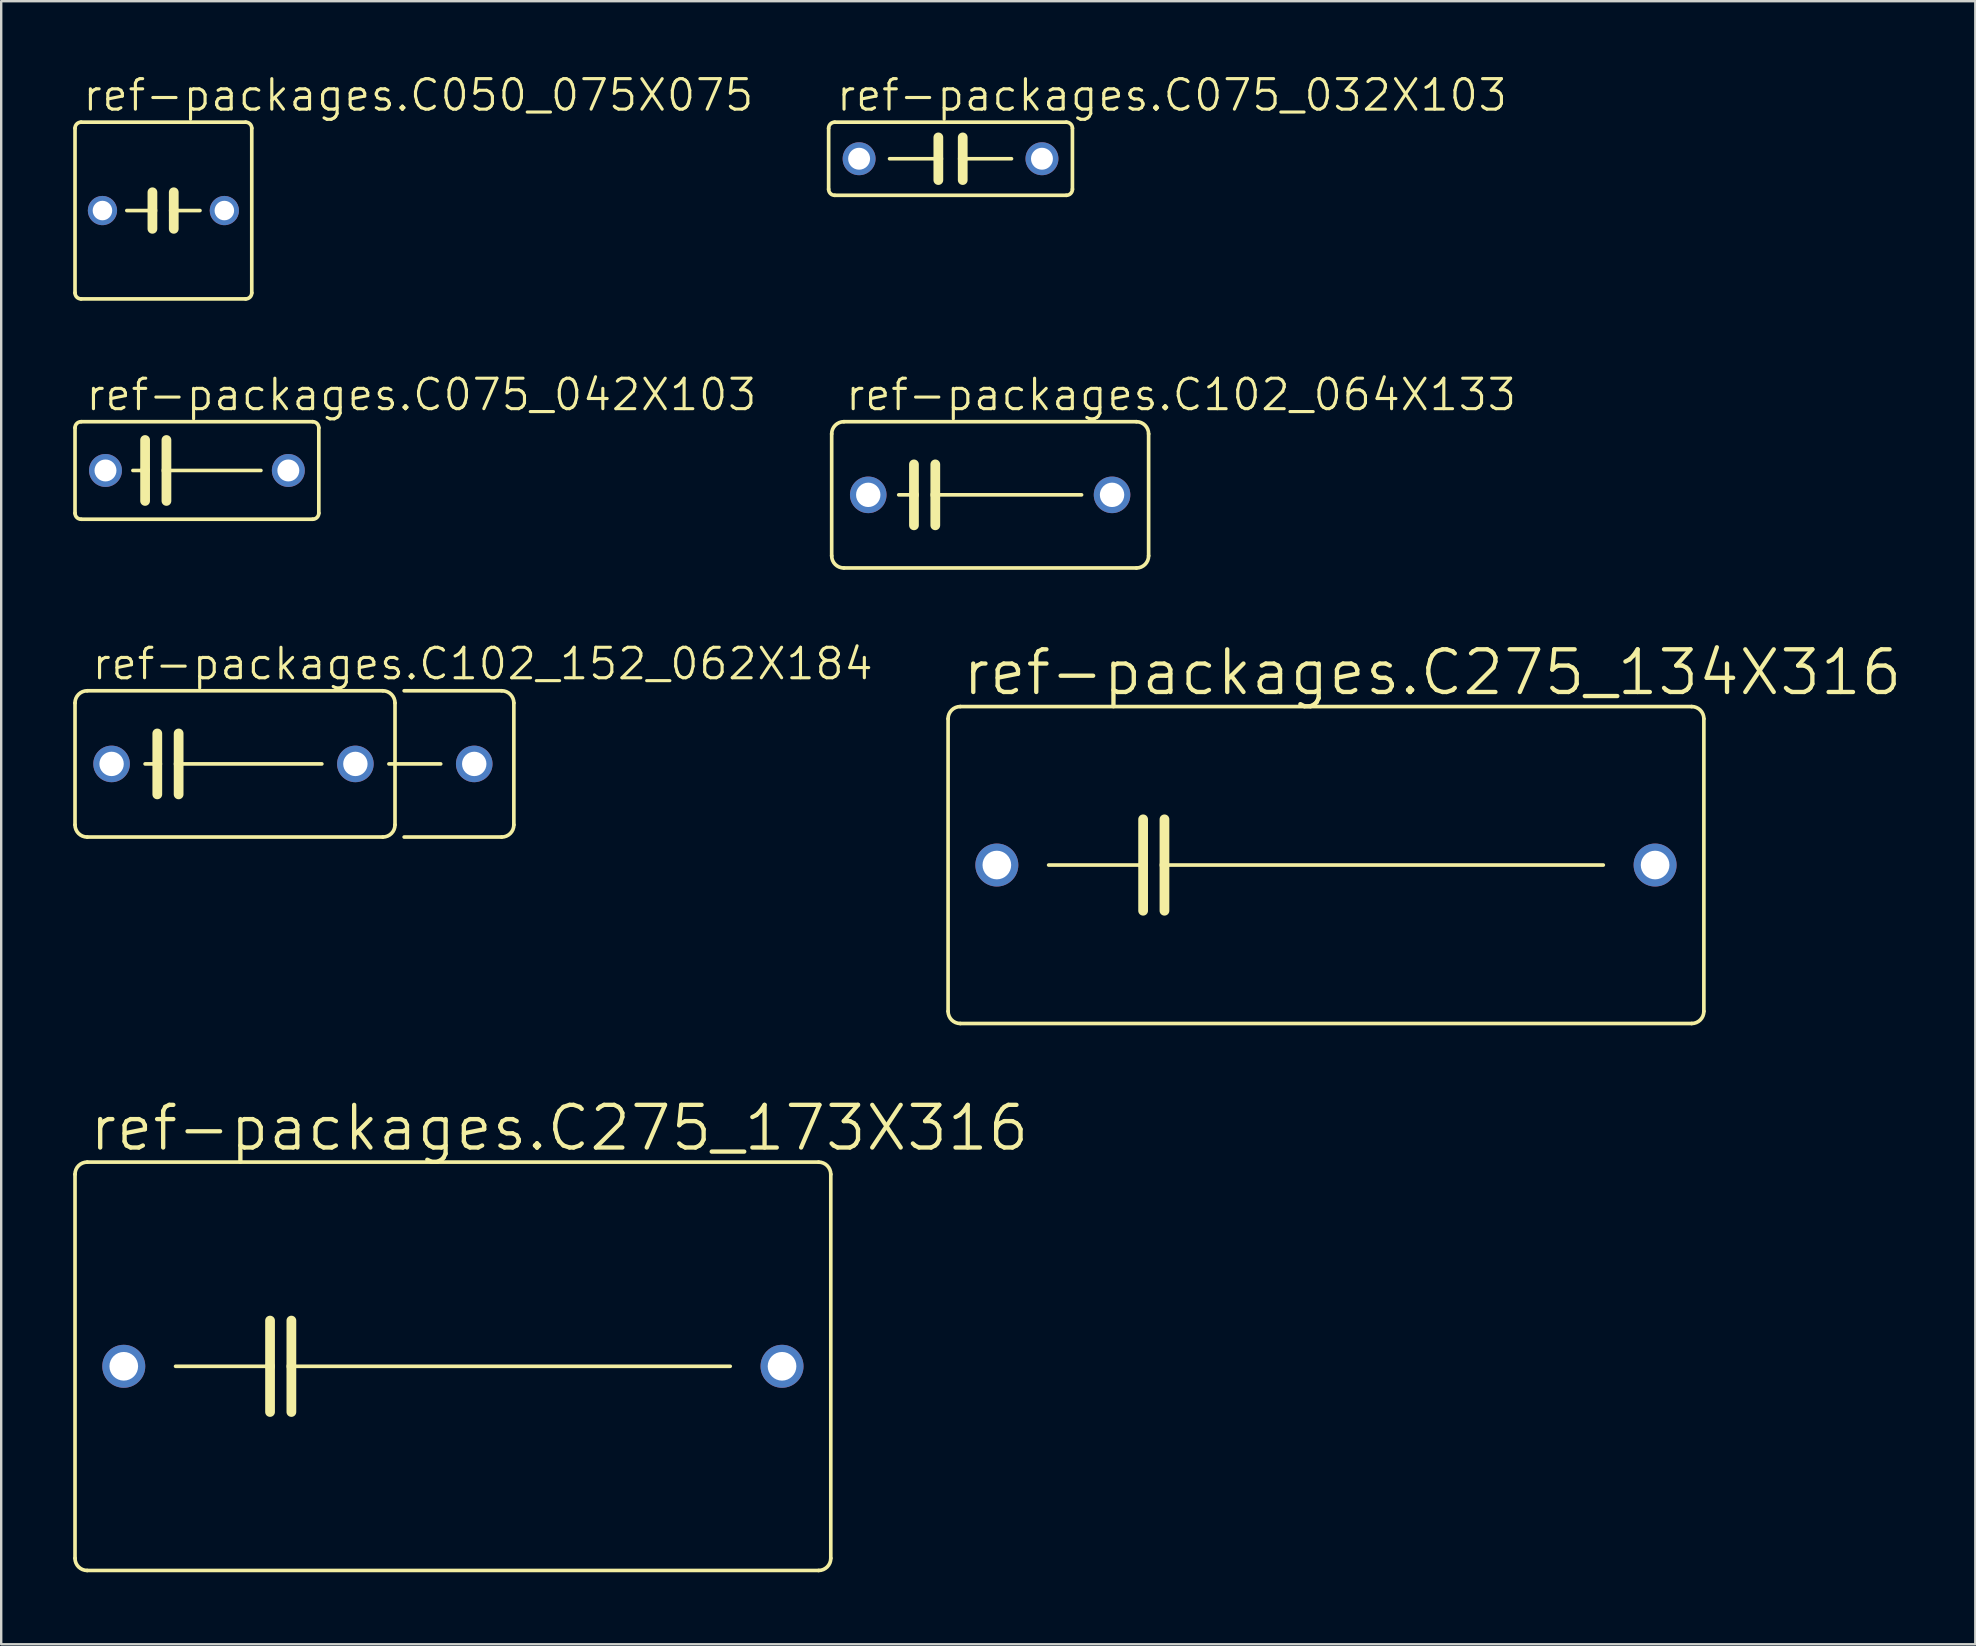
<source format=kicad_pcb>
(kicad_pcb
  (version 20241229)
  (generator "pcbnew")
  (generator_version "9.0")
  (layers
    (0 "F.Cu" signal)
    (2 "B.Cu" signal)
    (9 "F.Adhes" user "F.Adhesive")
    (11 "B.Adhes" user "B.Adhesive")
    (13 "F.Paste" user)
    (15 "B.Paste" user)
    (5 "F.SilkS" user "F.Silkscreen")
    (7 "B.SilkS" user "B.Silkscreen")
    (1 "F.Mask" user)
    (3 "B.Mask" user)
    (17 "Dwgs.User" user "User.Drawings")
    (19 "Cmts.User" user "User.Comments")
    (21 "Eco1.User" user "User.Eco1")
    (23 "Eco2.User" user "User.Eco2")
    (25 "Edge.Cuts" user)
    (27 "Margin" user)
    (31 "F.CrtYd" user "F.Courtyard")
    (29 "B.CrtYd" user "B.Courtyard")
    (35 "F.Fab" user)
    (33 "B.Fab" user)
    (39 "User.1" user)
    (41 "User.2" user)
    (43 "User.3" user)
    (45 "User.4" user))
  (footprint "ref-packages.C102_152_062X184"
    (layer "F.Cu")
    (at 6.68 28.785)
    (property "Reference" "ref-packages.C102_152_062X184" (at -5.969 -3.429 0) (layer "F.SilkS") (effects (font (size 1.27 1.27) (thickness 0.13)) (justify left bottom)))
    (attr through_hole)
    (fp_line (start -6.604 2.54) (end -6.604 -2.54) (stroke (width 0.152) (type default)) (layer "F.SilkS"))
    (fp_line (start -6.096 -3.048) (end 6.223 -3.048) (stroke (width 0.152) (type default)) (layer "F.SilkS"))
    (fp_line (start -3.683 0) (end -3.175 0) (stroke (width 0.152) (type default)) (layer "F.SilkS"))
    (fp_line (start -3.175 -1.27) (end -3.175 0) (stroke (width 0.406) (type default)) (layer "F.SilkS"))
    (fp_line (start -3.175 0) (end -3.175 1.27) (stroke (width 0.406) (type default)) (layer "F.SilkS"))
    (fp_line (start -2.286 -1.27) (end -2.286 0) (stroke (width 0.406) (type default)) (layer "F.SilkS"))
    (fp_line (start -2.286 0) (end -2.286 1.27) (stroke (width 0.406) (type default)) (layer "F.SilkS"))
    (fp_line (start -2.286 0) (end 3.683 0) (stroke (width 0.152) (type default)) (layer "F.SilkS"))
    (fp_line (start 6.223 3.048) (end -6.096 3.048) (stroke (width 0.152) (type default)) (layer "F.SilkS"))
    (fp_line (start 6.477 0) (end 8.636 0) (stroke (width 0.152) (type default)) (layer "F.SilkS"))
    (fp_line (start 6.731 -2.54) (end 6.731 2.54) (stroke (width 0.152) (type default)) (layer "F.SilkS"))
    (fp_line (start 7.112 -3.048) (end 11.176 -3.048) (stroke (width 0.152) (type default)) (layer "F.SilkS"))
    (fp_line (start 11.176 3.048) (end 7.112 3.048) (stroke (width 0.152) (type default)) (layer "F.SilkS"))
    (fp_line (start 11.684 -2.54) (end 11.684 2.54) (stroke (width 0.152) (type default)) (layer "F.SilkS"))
    (fp_arc (start -6.604 -2.54) (mid -6.45521 -2.89921) (end -6.096 -3.048) (stroke (width 0.1524) (type default)) (layer "F.SilkS"))
    (fp_arc (start -6.096 3.048) (mid -6.45521 2.89921) (end -6.604 2.54) (stroke (width 0.1524) (type default)) (layer "F.SilkS"))
    (fp_arc (start 6.223 -3.048) (mid 6.58221 -2.89921) (end 6.731 -2.54) (stroke (width 0.1524) (type default)) (layer "F.SilkS"))
    (fp_arc (start 6.731 2.54) (mid 6.58221 2.89921) (end 6.223 3.048) (stroke (width 0.1524) (type default)) (layer "F.SilkS"))
    (fp_arc (start 11.176 -3.048) (mid 11.53521 -2.89921) (end 11.684 -2.54) (stroke (width 0.1524) (type default)) (layer "F.SilkS"))
    (fp_arc (start 11.684 2.54) (mid 11.53521 2.89921) (end 11.176 3.048) (stroke (width 0.1524) (type default)) (layer "F.SilkS"))
    (pad "1" thru_hole circle (at -5.08 0) (size 1.524 1.524) (drill 1.016) (layers "*.Cu" "*.Mask"))
    (pad "2" thru_hole circle (at 5.08 0) (size 1.524 1.524) (drill 1.016) (layers "*.Cu" "*.Mask"))
    (pad "3" thru_hole circle (at 10.033 0) (size 1.524 1.524) (drill 1.016) (layers "*.Cu" "*.Mask")))
  (footprint "ref-packages.C050_075X075"
    (layer "F.Cu")
    (at 3.759 5.724)
    (property "Reference" "ref-packages.C050_075X075" (at -3.429 -4.064 0) (layer "F.SilkS") (effects (font (size 1.27 1.27) (thickness 0.13)) (justify left bottom)))
    (attr through_hole)
    (fp_line (start -3.683 -3.429) (end -3.683 3.429) (stroke (width 0.152) (type default)) (layer "F.SilkS"))
    (fp_line (start -3.429 3.683) (end 3.429 3.683) (stroke (width 0.152) (type default)) (layer "F.SilkS"))
    (fp_line (start -1.524 0) (end -0.457 0) (stroke (width 0.152) (type default)) (layer "F.SilkS"))
    (fp_line (start -0.457 0) (end -0.457 -0.762) (stroke (width 0.406) (type default)) (layer "F.SilkS"))
    (fp_line (start -0.457 0) (end -0.457 0.762) (stroke (width 0.406) (type default)) (layer "F.SilkS"))
    (fp_line (start 0.432 -0.762) (end 0.432 0) (stroke (width 0.406) (type default)) (layer "F.SilkS"))
    (fp_line (start 0.432 0) (end 0.432 0.762) (stroke (width 0.406) (type default)) (layer "F.SilkS"))
    (fp_line (start 0.432 0) (end 1.524 0) (stroke (width 0.152) (type default)) (layer "F.SilkS"))
    (fp_line (start 3.429 -3.683) (end -3.429 -3.683) (stroke (width 0.152) (type default)) (layer "F.SilkS"))
    (fp_line (start 3.683 3.429) (end 3.683 -3.429) (stroke (width 0.152) (type default)) (layer "F.SilkS"))
    (fp_arc (start -3.683 -3.429) (mid -3.608605 -3.608605) (end -3.429 -3.683) (stroke (width 0.1524) (type default)) (layer "F.SilkS"))
    (fp_arc (start -3.429 3.683) (mid -3.608605 3.608605) (end -3.683 3.429) (stroke (width 0.1524) (type default)) (layer "F.SilkS"))
    (fp_arc (start 3.429 -3.683) (mid 3.608605 -3.608605) (end 3.683 -3.429) (stroke (width 0.1524) (type default)) (layer "F.SilkS"))
    (fp_arc (start 3.683 3.429) (mid 3.608605 3.608605) (end 3.429 3.683) (stroke (width 0.1524) (type default)) (layer "F.SilkS"))
    (pad "1" thru_hole circle (at -2.54 0) (size 1.219 1.219) (drill 0.813) (layers "*.Cu" "*.Mask"))
    (pad "2" thru_hole circle (at 2.54 0) (size 1.219 1.219) (drill 0.813) (layers "*.Cu" "*.Mask")))
  (footprint "ref-packages.C275_173X316"
    (layer "F.Cu")
    (at 15.824 53.888)
    (property "Reference" "ref-packages.C275_173X316" (at -15.24 -8.89 0) (layer "F.SilkS") (effects (font (size 1.778 1.778) (thickness 0.18)) (justify left bottom)))
    (attr through_hole)
    (fp_line (start -15.748 8.001) (end -15.748 -8.001) (stroke (width 0.152) (type default)) (layer "F.SilkS"))
    (fp_line (start -15.24 -8.509) (end 15.24 -8.509) (stroke (width 0.152) (type default)) (layer "F.SilkS"))
    (fp_line (start -11.557 0) (end -7.62 0) (stroke (width 0.152) (type default)) (layer "F.SilkS"))
    (fp_line (start -7.62 -1.905) (end -7.62 0) (stroke (width 0.406) (type default)) (layer "F.SilkS"))
    (fp_line (start -7.62 0) (end -7.62 1.905) (stroke (width 0.406) (type default)) (layer "F.SilkS"))
    (fp_line (start -6.731 -1.905) (end -6.731 0) (stroke (width 0.406) (type default)) (layer "F.SilkS"))
    (fp_line (start -6.731 0) (end -6.731 1.905) (stroke (width 0.406) (type default)) (layer "F.SilkS"))
    (fp_line (start -6.731 0) (end 11.557 0) (stroke (width 0.152) (type default)) (layer "F.SilkS"))
    (fp_line (start 15.24 8.509) (end -15.24 8.509) (stroke (width 0.152) (type default)) (layer "F.SilkS"))
    (fp_line (start 15.748 -8.001) (end 15.748 8.001) (stroke (width 0.152) (type default)) (layer "F.SilkS"))
    (fp_arc (start -15.748 -8.001) (mid -15.59921 -8.36021) (end -15.24 -8.509) (stroke (width 0.1524) (type default)) (layer "F.SilkS"))
    (fp_arc (start -15.24 8.509) (mid -15.59921 8.36021) (end -15.748 8.001) (stroke (width 0.1524) (type default)) (layer "F.SilkS"))
    (fp_arc (start 15.24 -8.509) (mid 15.59921 -8.36021) (end 15.748 -8.001) (stroke (width 0.1524) (type default)) (layer "F.SilkS"))
    (fp_arc (start 15.748 8.001) (mid 15.59921 8.36021) (end 15.24 8.509) (stroke (width 0.1524) (type default)) (layer "F.SilkS"))
    (pad "1" thru_hole circle (at -13.716 0) (size 1.791 1.791) (drill 1.194) (layers "*.Cu" "*.Mask"))
    (pad "2" thru_hole circle (at 13.716 0) (size 1.791 1.791) (drill 1.194) (layers "*.Cu" "*.Mask")))
  (footprint "ref-packages.C075_042X103"
    (layer "F.Cu")
    (at 5.156 16.556)
    (property "Reference" "ref-packages.C075_042X103" (at -4.699 -2.413 0) (layer "F.SilkS") (effects (font (size 1.27 1.27) (thickness 0.13)) (justify left bottom)))
    (attr through_hole)
    (fp_line (start -5.08 -1.778) (end -5.08 1.778) (stroke (width 0.152) (type default)) (layer "F.SilkS"))
    (fp_line (start -4.826 2.032) (end 4.826 2.032) (stroke (width 0.152) (type default)) (layer "F.SilkS"))
    (fp_line (start -2.667 0) (end -2.159 0) (stroke (width 0.152) (type default)) (layer "F.SilkS"))
    (fp_line (start -2.159 -1.27) (end -2.159 0) (stroke (width 0.406) (type default)) (layer "F.SilkS"))
    (fp_line (start -2.159 0) (end -2.159 1.27) (stroke (width 0.406) (type default)) (layer "F.SilkS"))
    (fp_line (start -1.27 -1.27) (end -1.27 0) (stroke (width 0.406) (type default)) (layer "F.SilkS"))
    (fp_line (start -1.27 0) (end -1.27 1.27) (stroke (width 0.406) (type default)) (layer "F.SilkS"))
    (fp_line (start -1.27 0) (end 2.667 0) (stroke (width 0.152) (type default)) (layer "F.SilkS"))
    (fp_line (start 4.826 -2.032) (end -4.826 -2.032) (stroke (width 0.152) (type default)) (layer "F.SilkS"))
    (fp_line (start 5.08 1.778) (end 5.08 -1.778) (stroke (width 0.152) (type default)) (layer "F.SilkS"))
    (fp_arc (start -5.08 -1.778) (mid -5.005605 -1.957605) (end -4.826 -2.032) (stroke (width 0.1524) (type default)) (layer "F.SilkS"))
    (fp_arc (start -4.826 2.032) (mid -5.005605 1.957605) (end -5.08 1.778) (stroke (width 0.1524) (type default)) (layer "F.SilkS"))
    (fp_arc (start 4.826 -2.032) (mid 5.005605 -1.957605) (end 5.08 -1.778) (stroke (width 0.1524) (type default)) (layer "F.SilkS"))
    (fp_arc (start 5.08 1.778) (mid 5.005605 1.957605) (end 4.826 2.032) (stroke (width 0.1524) (type default)) (layer "F.SilkS"))
    (pad "1" thru_hole circle (at -3.81 0) (size 1.372 1.372) (drill 0.914) (layers "*.Cu" "*.Mask"))
    (pad "2" thru_hole circle (at 3.81 0) (size 1.372 1.372) (drill 0.914) (layers "*.Cu" "*.Mask")))
  (footprint "ref-packages.C075_032X103"
    (layer "F.Cu")
    (at 36.562 3.565)
    (property "Reference" "ref-packages.C075_032X103" (at -4.826 -1.905 0) (layer "F.SilkS") (effects (font (size 1.27 1.27) (thickness 0.13)) (justify left bottom)))
    (attr through_hole)
    (fp_line (start -5.08 -1.27) (end -5.08 1.27) (stroke (width 0.152) (type default)) (layer "F.SilkS"))
    (fp_line (start -4.826 1.524) (end 4.826 1.524) (stroke (width 0.152) (type default)) (layer "F.SilkS"))
    (fp_line (start -2.54 0) (end -0.508 0) (stroke (width 0.152) (type default)) (layer "F.SilkS"))
    (fp_line (start -0.508 -0.889) (end -0.508 0) (stroke (width 0.406) (type default)) (layer "F.SilkS"))
    (fp_line (start -0.508 0) (end -0.508 0.889) (stroke (width 0.406) (type default)) (layer "F.SilkS"))
    (fp_line (start 0.508 -0.889) (end 0.508 0) (stroke (width 0.406) (type default)) (layer "F.SilkS"))
    (fp_line (start 0.508 0) (end 0.508 0.889) (stroke (width 0.406) (type default)) (layer "F.SilkS"))
    (fp_line (start 0.508 0) (end 2.54 0) (stroke (width 0.152) (type default)) (layer "F.SilkS"))
    (fp_line (start 4.826 -1.524) (end -4.826 -1.524) (stroke (width 0.152) (type default)) (layer "F.SilkS"))
    (fp_line (start 5.08 1.27) (end 5.08 -1.27) (stroke (width 0.152) (type default)) (layer "F.SilkS"))
    (fp_arc (start -5.08 -1.27) (mid -5.005605 -1.449605) (end -4.826 -1.524) (stroke (width 0.1524) (type default)) (layer "F.SilkS"))
    (fp_arc (start -4.826 1.524) (mid -5.005605 1.449605) (end -5.08 1.27) (stroke (width 0.1524) (type default)) (layer "F.SilkS"))
    (fp_arc (start 4.826 -1.524) (mid 5.005605 -1.449605) (end 5.08 -1.27) (stroke (width 0.1524) (type default)) (layer "F.SilkS"))
    (fp_arc (start 5.08 1.27) (mid 5.005605 1.449605) (end 4.826 1.524) (stroke (width 0.1524) (type default)) (layer "F.SilkS"))
    (pad "1" thru_hole circle (at -3.81 0) (size 1.372 1.372) (drill 0.914) (layers "*.Cu" "*.Mask"))
    (pad "2" thru_hole circle (at 3.81 0) (size 1.372 1.372) (drill 0.914) (layers "*.Cu" "*.Mask")))
  (footprint "ref-packages.C275_134X316"
    (layer "F.Cu")
    (at 52.208 32.999)
    (property "Reference" "ref-packages.C275_134X316" (at -15.24 -6.985 0) (layer "F.SilkS") (effects (font (size 1.778 1.778) (thickness 0.18)) (justify left bottom)))
    (attr through_hole)
    (fp_line (start -15.748 6.096) (end -15.748 -6.096) (stroke (width 0.152) (type default)) (layer "F.SilkS"))
    (fp_line (start -15.24 -6.604) (end 15.24 -6.604) (stroke (width 0.152) (type default)) (layer "F.SilkS"))
    (fp_line (start -11.557 0) (end -7.62 0) (stroke (width 0.152) (type default)) (layer "F.SilkS"))
    (fp_line (start -7.62 -1.905) (end -7.62 0) (stroke (width 0.406) (type default)) (layer "F.SilkS"))
    (fp_line (start -7.62 0) (end -7.62 1.905) (stroke (width 0.406) (type default)) (layer "F.SilkS"))
    (fp_line (start -6.731 -1.905) (end -6.731 0) (stroke (width 0.406) (type default)) (layer "F.SilkS"))
    (fp_line (start -6.731 0) (end -6.731 1.905) (stroke (width 0.406) (type default)) (layer "F.SilkS"))
    (fp_line (start -6.731 0) (end 11.557 0) (stroke (width 0.152) (type default)) (layer "F.SilkS"))
    (fp_line (start 15.24 6.604) (end -15.24 6.604) (stroke (width 0.152) (type default)) (layer "F.SilkS"))
    (fp_line (start 15.748 -6.096) (end 15.748 6.096) (stroke (width 0.152) (type default)) (layer "F.SilkS"))
    (fp_arc (start -15.748 -6.096) (mid -15.59921 -6.45521) (end -15.24 -6.604) (stroke (width 0.1524) (type default)) (layer "F.SilkS"))
    (fp_arc (start -15.24 6.604) (mid -15.59921 6.45521) (end -15.748 6.096) (stroke (width 0.1524) (type default)) (layer "F.SilkS"))
    (fp_arc (start 15.24 -6.604) (mid 15.59921 -6.45521) (end 15.748 -6.096) (stroke (width 0.1524) (type default)) (layer "F.SilkS"))
    (fp_arc (start 15.748 6.096) (mid 15.59921 6.45521) (end 15.24 6.604) (stroke (width 0.1524) (type default)) (layer "F.SilkS"))
    (pad "1" thru_hole circle (at -13.716 0) (size 1.791 1.791) (drill 1.194) (layers "*.Cu" "*.Mask"))
    (pad "2" thru_hole circle (at 13.716 0) (size 1.791 1.791) (drill 1.194) (layers "*.Cu" "*.Mask")))
  (footprint "ref-packages.C102_064X133"
    (layer "F.Cu")
    (at 38.213 17.572)
    (property "Reference" "ref-packages.C102_064X133" (at -6.096 -3.429 0) (layer "F.SilkS") (effects (font (size 1.27 1.27) (thickness 0.13)) (justify left bottom)))
    (attr through_hole)
    (fp_line (start -6.604 2.54) (end -6.604 -2.54) (stroke (width 0.152) (type default)) (layer "F.SilkS"))
    (fp_line (start -6.096 -3.048) (end 6.096 -3.048) (stroke (width 0.152) (type default)) (layer "F.SilkS"))
    (fp_line (start -3.81 0) (end -3.175 0) (stroke (width 0.152) (type default)) (layer "F.SilkS"))
    (fp_line (start -3.175 -1.27) (end -3.175 0) (stroke (width 0.406) (type default)) (layer "F.SilkS"))
    (fp_line (start -3.175 0) (end -3.175 1.27) (stroke (width 0.406) (type default)) (layer "F.SilkS"))
    (fp_line (start -2.286 -1.27) (end -2.286 0) (stroke (width 0.406) (type default)) (layer "F.SilkS"))
    (fp_line (start -2.286 0) (end -2.286 1.27) (stroke (width 0.406) (type default)) (layer "F.SilkS"))
    (fp_line (start 3.81 0) (end -2.286 0) (stroke (width 0.152) (type default)) (layer "F.SilkS"))
    (fp_line (start 6.096 3.048) (end -6.096 3.048) (stroke (width 0.152) (type default)) (layer "F.SilkS"))
    (fp_line (start 6.604 -2.54) (end 6.604 2.54) (stroke (width 0.152) (type default)) (layer "F.SilkS"))
    (fp_arc (start -6.604 -2.54) (mid -6.45521 -2.89921) (end -6.096 -3.048) (stroke (width 0.1524) (type default)) (layer "F.SilkS"))
    (fp_arc (start -6.096 3.048) (mid -6.45521 2.89921) (end -6.604 2.54) (stroke (width 0.1524) (type default)) (layer "F.SilkS"))
    (fp_arc (start 6.096 -3.048) (mid 6.45521 -2.89921) (end 6.604 -2.54) (stroke (width 0.1524) (type default)) (layer "F.SilkS"))
    (fp_arc (start 6.604 2.54) (mid 6.45521 2.89921) (end 6.096 3.048) (stroke (width 0.1524) (type default)) (layer "F.SilkS"))
    (pad "1" thru_hole circle (at -5.08 0) (size 1.524 1.524) (drill 1.016) (layers "*.Cu" "*.Mask"))
    (pad "2" thru_hole circle (at 5.08 0) (size 1.524 1.524) (drill 1.016) (layers "*.Cu" "*.Mask")))
  (gr_rect
    (start -3 -3)
    (end 79.268 65.473)
    (stroke (width 0.1) (type default))
    (fill no)
    (layer "Edge.Cuts")))
</source>
